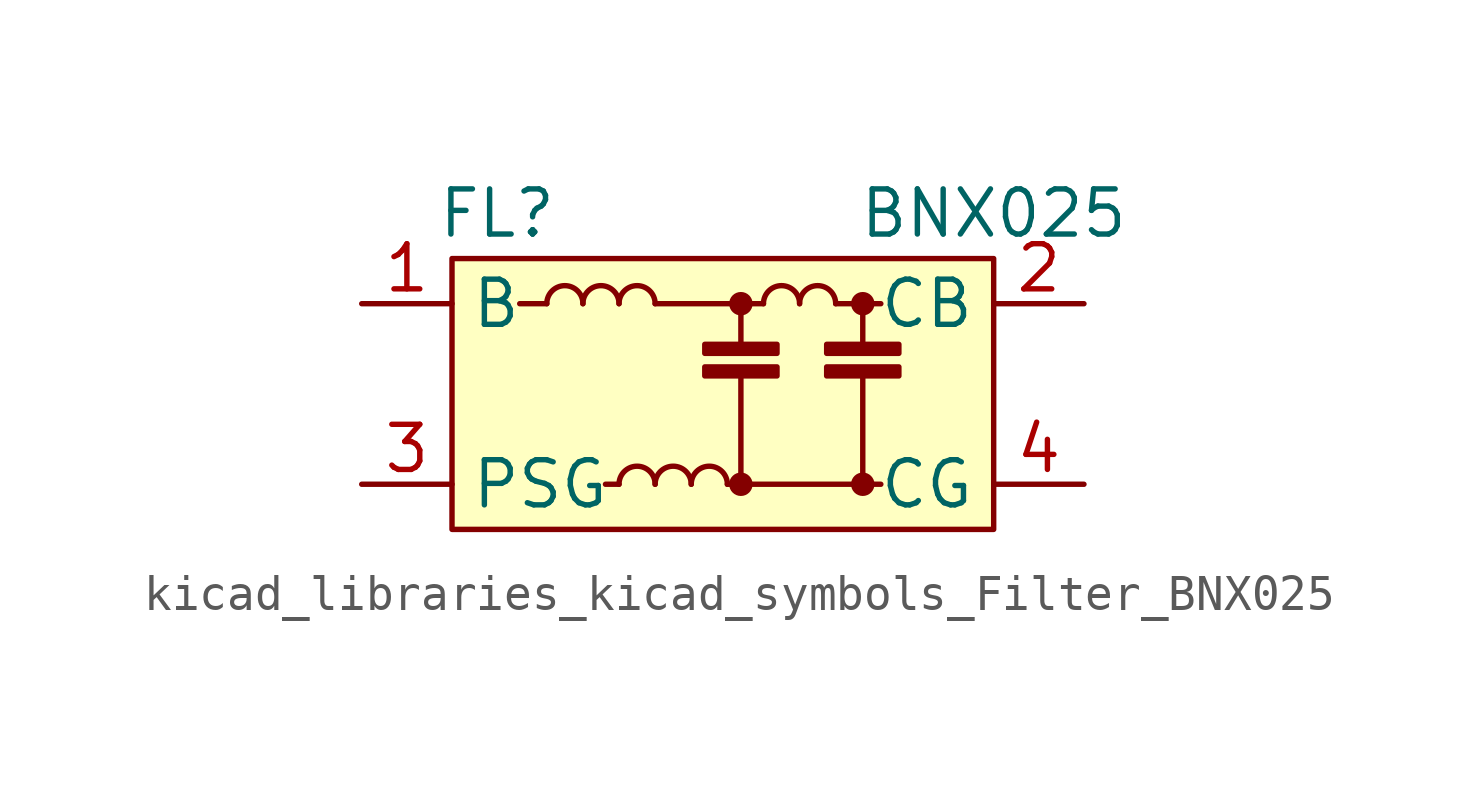
<source format=kicad_sym>
(kicad_symbol_lib
  (version 20220914)
  (generator kicad_symbol_editor)
  (symbol "kicad_libraries_kicad_symbols_Filter_BNX025"
    (property "Reference" "FL"
      (at -6.35 5.08 0)
      (effects (font (size 1.27 1.27))))
    (property "Value" "BNX025"
      (at 7.62 5.08 0)
      (effects (font (size 1.27 1.27))))
    (symbol "kicad_libraries_kicad_symbols_Filter_BNX025_0_1"
      (rectangle (start -7.62 3.81) (end 7.62 -3.81) (stroke (width 0) (type default)) (fill (type background)))
      (arc (start -1.905 -2.54) (mid -2.413 -2.0342) (end -2.921 -2.54) (stroke (width 0) (type default)) (fill (type none)))
      (arc (start -0.889 -2.54) (mid -1.397 -2.0342) (end -1.905 -2.54) (stroke (width 0) (type default)) (fill (type none)))
      (rectangle (start -0.508 0.508) (end 1.524 0.762) (stroke (width 0) (type default)) (fill (type outline)))
      (polyline (pts (xy -4.953 2.54) (xy -5.715 2.54)) (stroke (width 0) (type default)) (fill (type none)))
      (polyline (pts (xy -3.302 -2.54) (xy -2.921 -2.54)) (stroke (width 0) (type default)) (fill (type none)))
      (polyline (pts (xy 0.127 -2.54) (xy 0.508 -2.54)) (stroke (width 0) (type default)) (fill (type none)))
      (polyline (pts (xy 0.381 2.54) (xy -1.905 2.54)) (stroke (width 0) (type default)) (fill (type none)))
      (polyline (pts (xy 0.508 -2.54) (xy 0.508 0.508)) (stroke (width 0) (type default)) (fill (type none)))
      (polyline (pts (xy 0.508 2.54) (xy 0.508 1.27)) (stroke (width 0) (type default)) (fill (type none)))
      (polyline (pts (xy 1.143 2.54) (xy 0.508 2.54)) (stroke (width 0) (type default)) (fill (type none)))
      (polyline (pts (xy 3.175 2.54) (xy 3.937 2.54)) (stroke (width 0) (type default)) (fill (type none)))
      (polyline (pts (xy 3.937 -2.54) (xy 0.508 -2.54)) (stroke (width 0) (type default)) (fill (type none)))
      (polyline (pts (xy 3.937 -2.54) (xy 3.937 0.508)) (stroke (width 0) (type default)) (fill (type none)))
      (polyline (pts (xy 3.937 -2.54) (xy 4.445 -2.54)) (stroke (width 0) (type default)) (fill (type none)))
      (polyline (pts (xy 3.937 2.54) (xy 3.937 1.27)) (stroke (width 0) (type default)) (fill (type none)))
      (polyline (pts (xy 3.937 2.54) (xy 4.445 2.54)) (stroke (width 0) (type default)) (fill (type none)))
      (arc (start 0.127 -2.54) (mid -0.381 -2.0342) (end -0.889 -2.54) (stroke (width 0) (type default)) (fill (type none)))
      (circle (center 0.508 2.54) (radius 0.254) (stroke (width 0) (type default)) (fill (type outline)))
      (rectangle (start 1.524 1.143) (end -0.508 1.397) (stroke (width 0) (type default)) (fill (type outline)))
      (arc (start 2.159 2.54) (mid 1.651 3.0458) (end 1.143 2.54) (stroke (width 0) (type default)) (fill (type none)))
      (arc (start 3.175 2.54) (mid 2.667 3.0458) (end 2.159 2.54) (stroke (width 0) (type default)) (fill (type none))))
    (symbol "kicad_libraries_kicad_symbols_Filter_BNX025_1_1"
      (arc (start -3.937 2.54) (mid -4.445 3.0458) (end -4.953 2.54) (stroke (width 0) (type default)) (fill (type none)))
      (arc (start -2.921 2.54) (mid -3.429 3.0458) (end -3.937 2.54) (stroke (width 0) (type default)) (fill (type none)))
      (arc (start -1.905 2.54) (mid -2.413 3.0458) (end -2.921 2.54) (stroke (width 0) (type default)) (fill (type none)))
      (circle (center 0.508 -2.54) (radius 0.254) (stroke (width 0) (type default)) (fill (type outline)))
      (rectangle (start 2.921 0.508) (end 4.953 0.762) (stroke (width 0) (type default)) (fill (type outline)))
      (circle (center 3.937 -2.54) (radius 0.254) (stroke (width 0) (type default)) (fill (type outline)))
      (circle (center 3.937 2.54) (radius 0.254) (stroke (width 0) (type default)) (fill (type outline)))
      (rectangle (start 4.953 1.143) (end 2.921 1.397) (stroke (width 0) (type default)) (fill (type outline)))
      (pin passive line (at -10.16 2.54 0) (length 2.54) (name "B" (effects (font (size 1.27 1.27)))) (number "1" (effects (font (size 1.27 1.27)))))
      (pin passive line (at 10.16 2.54 180) (length 2.54) (name "CB" (effects (font (size 1.27 1.27)))) (number "2" (effects (font (size 1.27 1.27)))))
      (pin passive line (at -10.16 -2.54 0) (length 2.54) (name "PSG" (effects (font (size 1.27 1.27)))) (number "3" (effects (font (size 1.27 1.27)))))
      (pin passive line (at 10.16 -2.54 180) (length 2.54) (name "CG" (effects (font (size 1.27 1.27)))) (number "4" (effects (font (size 1.27 1.27))))))))
</source>
